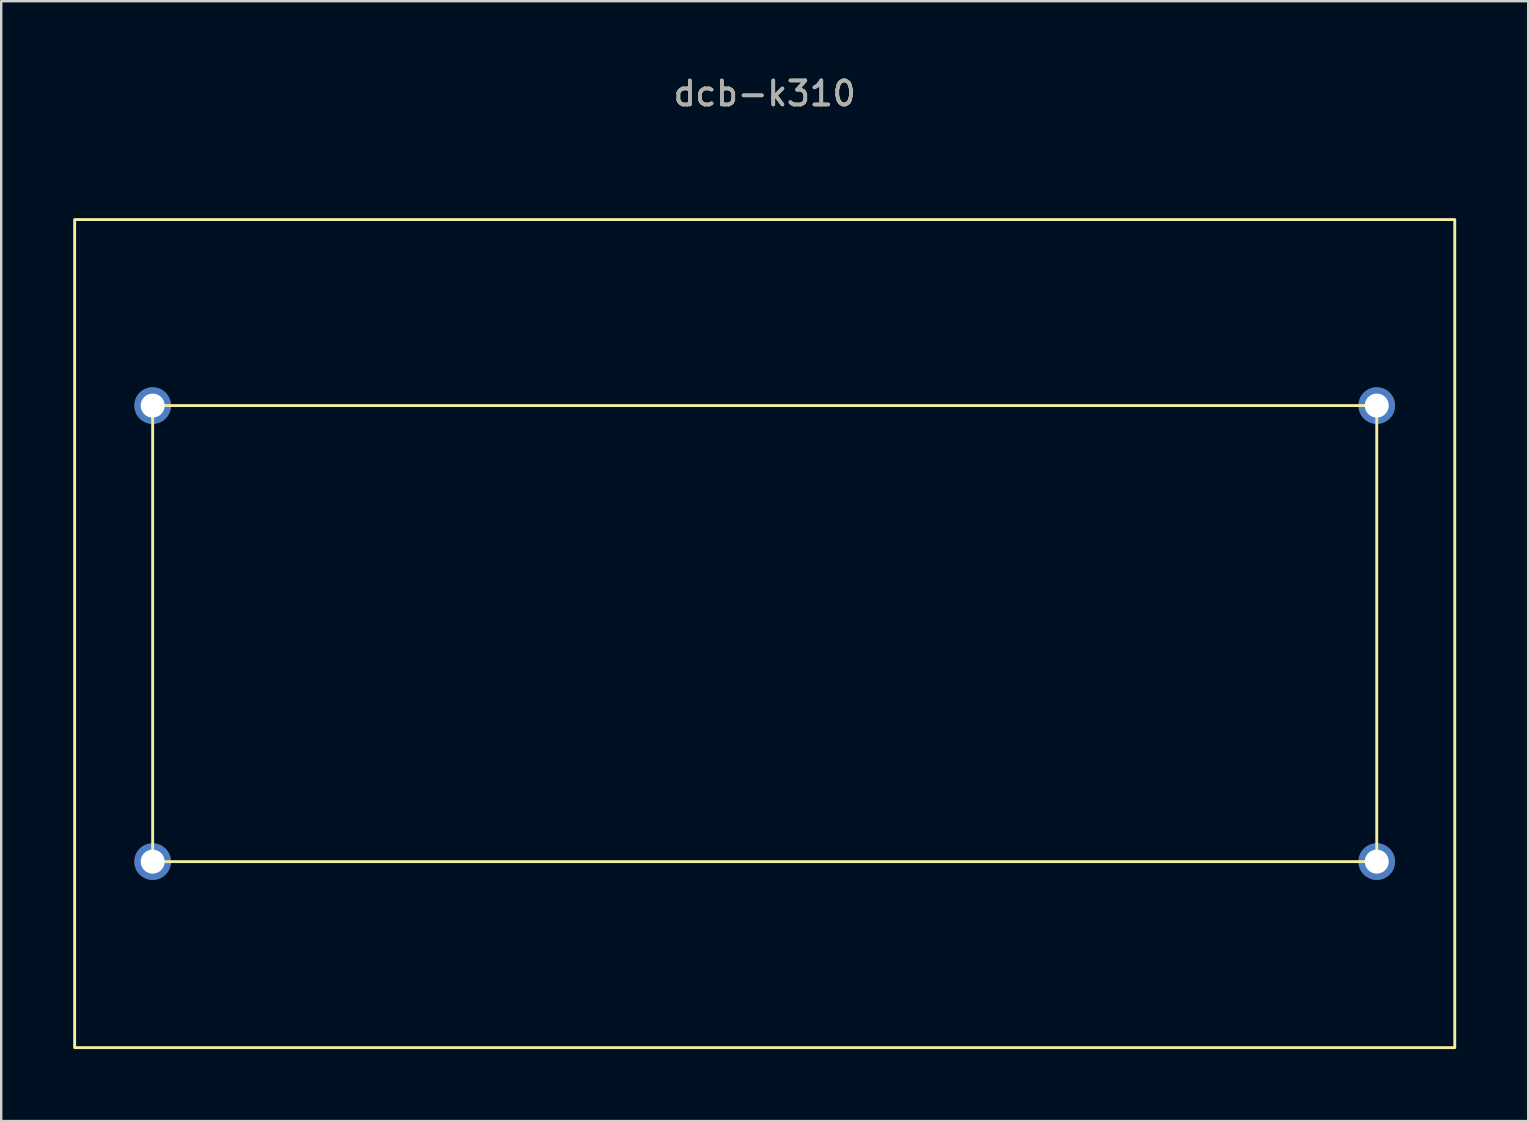
<source format=kicad_pcb>
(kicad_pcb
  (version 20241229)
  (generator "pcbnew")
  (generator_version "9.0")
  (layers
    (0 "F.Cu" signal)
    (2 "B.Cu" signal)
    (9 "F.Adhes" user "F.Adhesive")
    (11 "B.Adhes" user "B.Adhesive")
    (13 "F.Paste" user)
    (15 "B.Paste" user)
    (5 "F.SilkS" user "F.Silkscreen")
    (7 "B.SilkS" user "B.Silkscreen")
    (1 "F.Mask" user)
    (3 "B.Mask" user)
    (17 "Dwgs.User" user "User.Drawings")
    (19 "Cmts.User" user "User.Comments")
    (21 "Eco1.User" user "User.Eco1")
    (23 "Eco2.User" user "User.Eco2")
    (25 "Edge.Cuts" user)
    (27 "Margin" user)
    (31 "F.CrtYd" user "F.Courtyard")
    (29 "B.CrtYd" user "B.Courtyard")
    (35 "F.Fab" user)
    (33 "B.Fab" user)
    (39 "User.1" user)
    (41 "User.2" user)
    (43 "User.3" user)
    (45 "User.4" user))
  (footprint "dcb-k310"
    (layer "F.Cu")
    (at 28.81 13.848)
    (property "Reference" "dcb-k310" (at 0 -13 0) (unlocked yes) (layer "F.SilkS") (effects (font (size 1 1) (thickness 0.15))))
    (attr through_hole)
    (fp_rect (start -28.75 -7.75) (end 28.75 26.75) (stroke (width 0.12) (type solid)) (fill no) (layer "F.SilkS"))
    (fp_rect (start 25.5 19) (end -25.5 0) (stroke (width 0.12) (type solid)) (fill no) (layer "F.SilkS"))
    (fp_text user "${REFERENCE}" (at 0 -13 0) (unlocked yes) (layer "F.Fab") (effects (font (size 1 1) (thickness 0.15))))
    (pad "1" thru_hole circle (at -25.5 0) (size 1.524 1.524) (drill 1) (layers "*.Cu" "*.Mask"))
    (pad "2" thru_hole circle (at 25.5 0) (size 1.524 1.524) (drill 1) (layers "*.Cu" "*.Mask"))
    (pad "3" thru_hole circle (at -25.5 19) (size 1.524 1.524) (drill 1) (layers "*.Cu" "*.Mask"))
    (pad "4" thru_hole circle (at 25.5 19) (size 1.524 1.524) (drill 1) (layers "*.Cu" "*.Mask")))
  (gr_rect
    (start -3 -3)
    (end 60.62 43.658)
    (stroke (width 0.1) (type default))
    (fill no)
    (layer "Edge.Cuts")))
</source>
